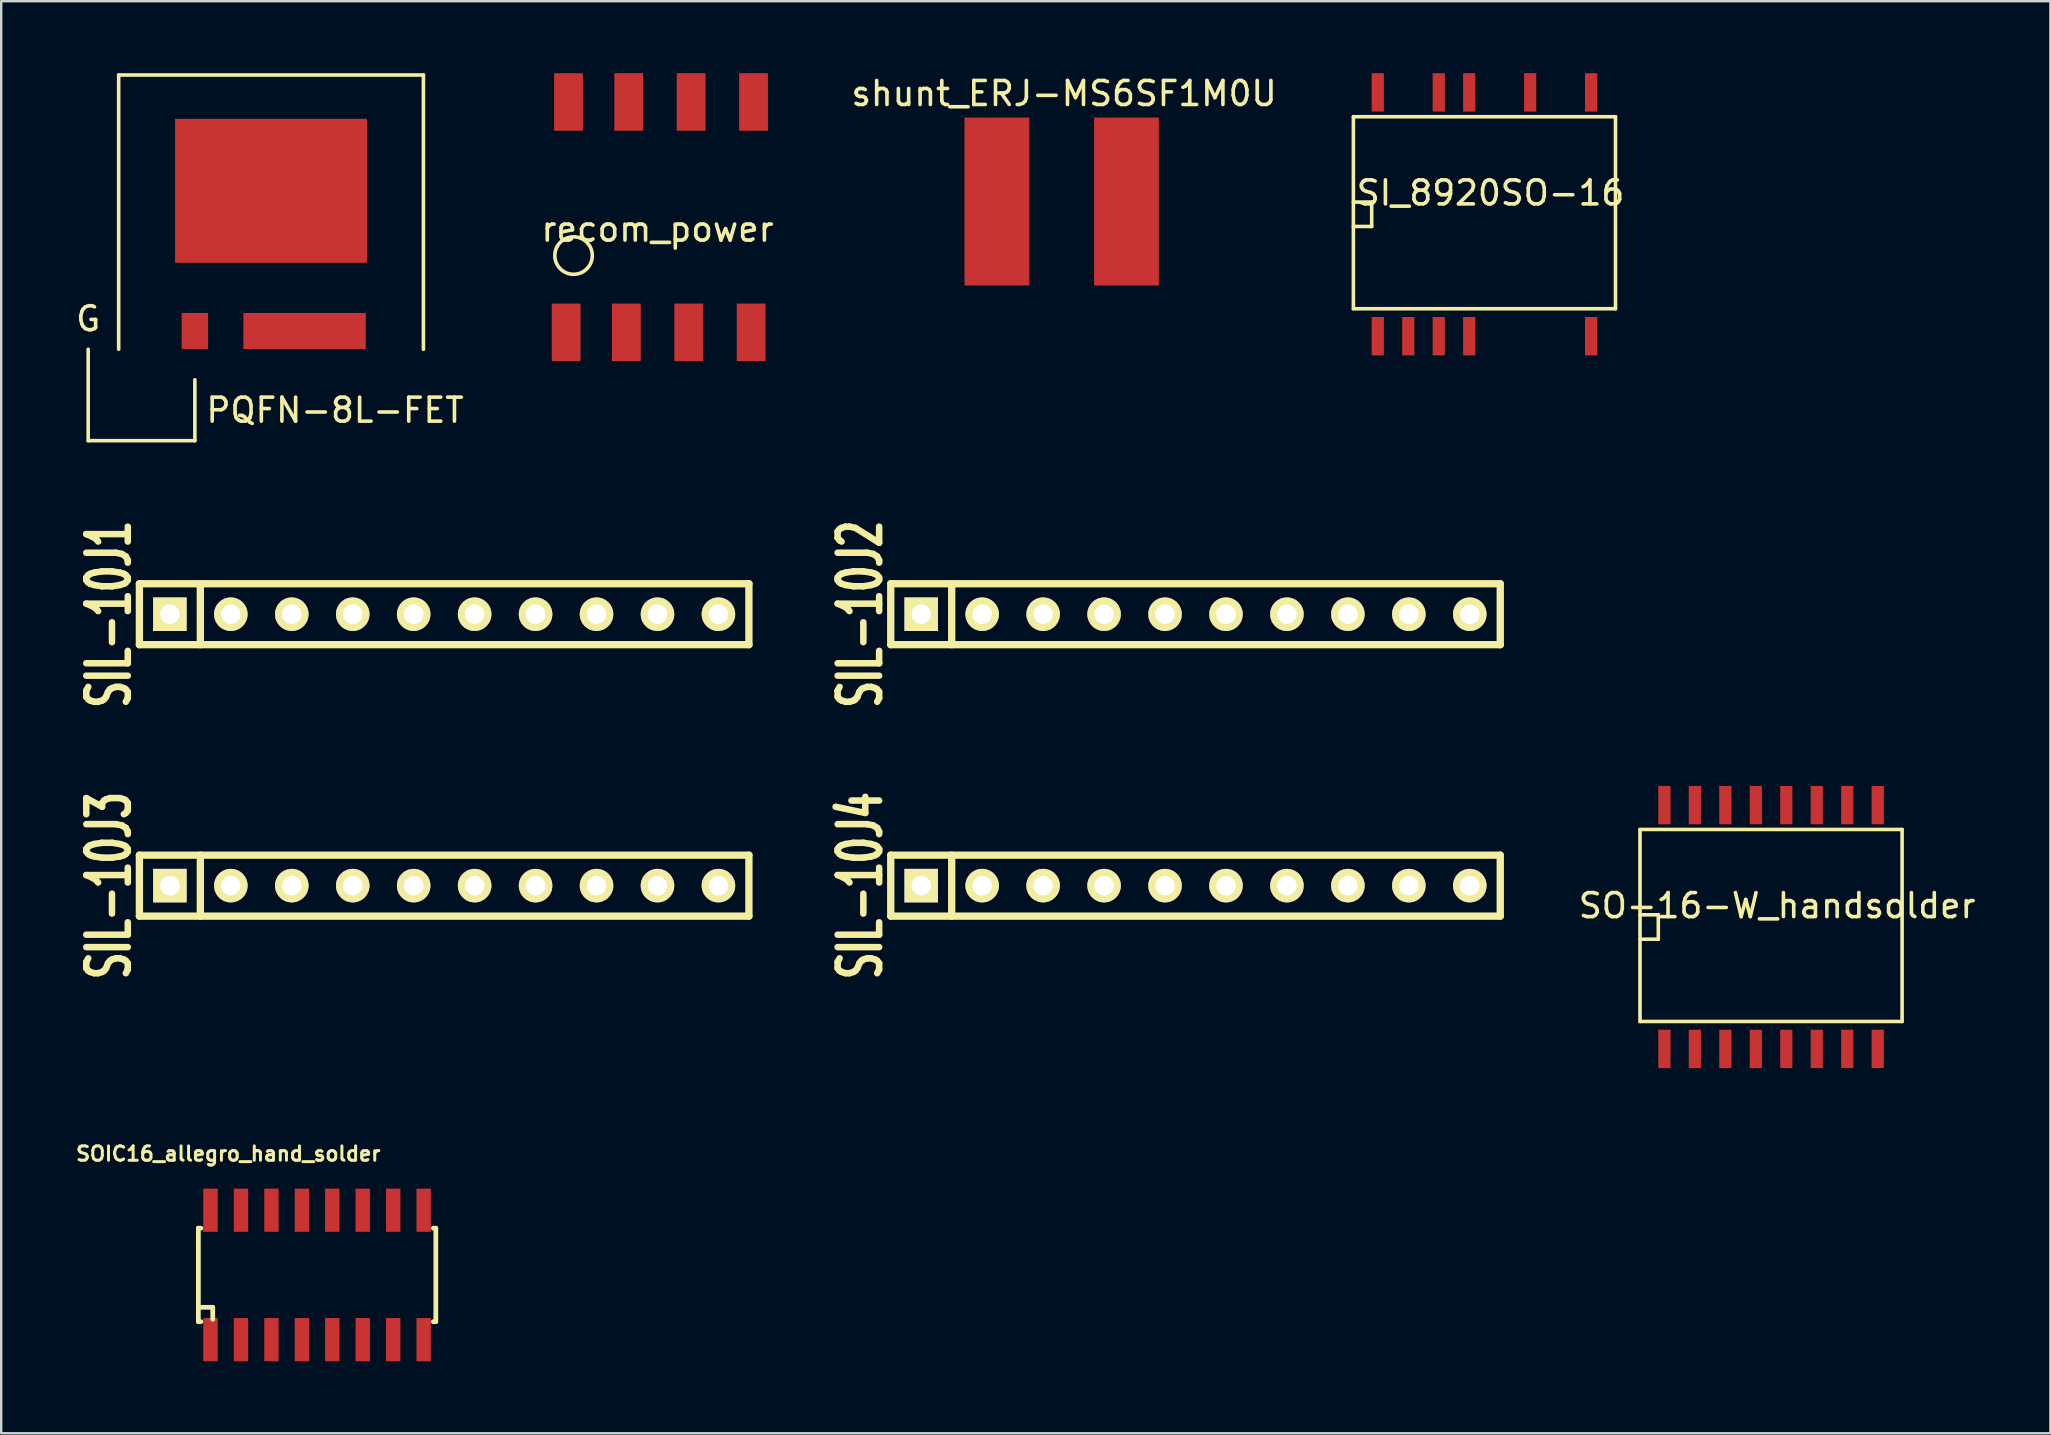
<source format=kicad_pcb>
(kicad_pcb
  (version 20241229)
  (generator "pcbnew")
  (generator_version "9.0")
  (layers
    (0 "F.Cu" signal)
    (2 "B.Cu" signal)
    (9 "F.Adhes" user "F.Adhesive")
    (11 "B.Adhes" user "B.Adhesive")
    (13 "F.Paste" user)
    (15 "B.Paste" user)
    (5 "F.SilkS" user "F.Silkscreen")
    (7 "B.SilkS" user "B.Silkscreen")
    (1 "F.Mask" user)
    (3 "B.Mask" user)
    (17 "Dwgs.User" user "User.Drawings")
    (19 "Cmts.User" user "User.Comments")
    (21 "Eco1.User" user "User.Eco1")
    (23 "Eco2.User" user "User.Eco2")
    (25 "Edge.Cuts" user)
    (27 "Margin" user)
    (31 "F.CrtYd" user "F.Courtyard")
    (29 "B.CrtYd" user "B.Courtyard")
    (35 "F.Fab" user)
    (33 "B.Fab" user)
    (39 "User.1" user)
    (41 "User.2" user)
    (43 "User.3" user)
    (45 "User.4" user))
  (footprint "PQFN-8L-FET"
    (layer "F.Cu")
    (at 8.245 6.425)
    (property "Reference" "PQFN-8L-FET" (at 2.667 7.62 0) (layer "F.SilkS") (effects (font (size 1 1) (thickness 0.15))))
    (attr through_hole)
    (fp_line (start -7.62 8.89) (end -7.62 5.08) (stroke (width 0.15) (type solid)) (layer "F.SilkS"))
    (fp_line (start -6.35 -6.35) (end 6.35 -6.35) (stroke (width 0.15) (type solid)) (layer "F.SilkS"))
    (fp_line (start -6.35 5.08) (end -6.35 -6.35) (stroke (width 0.15) (type solid)) (layer "F.SilkS"))
    (fp_line (start -3.175 6.35) (end -3.175 8.89) (stroke (width 0.15) (type solid)) (layer "F.SilkS"))
    (fp_line (start -3.175 8.89) (end -7.62 8.89) (stroke (width 0.15) (type solid)) (layer "F.SilkS"))
    (fp_line (start 6.35 -6.35) (end 6.35 5.08) (stroke (width 0.15) (type solid)) (layer "F.SilkS"))
    (fp_text user "G" (at -7.62 3.81 0) (layer "F.SilkS") (effects (font (size 1 1) (thickness 0.15))))
    (pad "1" smd rect (at 0 -1.524) (size 8 6) (layers "F.Cu" "F.Mask" "F.Paste"))
    (pad "2" smd rect (at 1.397 4.318) (size 5.1 1.5) (layers "F.Cu" "F.Mask" "F.Paste"))
    (pad "3" smd rect (at -3.175 4.318) (size 1.1 1.5) (layers "F.Cu" "F.Mask" "F.Paste")))
  (footprint "SIL-10J3"
    (layer "F.Cu")
    (at 15.459 33.857)
    (property "Reference" "SIL-10J3" (at -13.97 0 90) (layer "F.SilkS") (effects (font (size 1.73 1.087) (thickness 0.305))))
    (attr through_hole)
    (fp_line (start -12.7 -1.27) (end 12.7 -1.27) (stroke (width 0.305) (type solid)) (layer "F.SilkS"))
    (fp_line (start -12.7 1.27) (end -12.7 -1.27) (stroke (width 0.305) (type solid)) (layer "F.SilkS"))
    (fp_line (start -10.16 1.27) (end -10.16 -1.27) (stroke (width 0.305) (type solid)) (layer "F.SilkS"))
    (fp_line (start 12.7 -1.27) (end 12.7 1.27) (stroke (width 0.305) (type solid)) (layer "F.SilkS"))
    (fp_line (start 12.7 1.27) (end -12.7 1.27) (stroke (width 0.305) (type solid)) (layer "F.SilkS"))
    (pad "1" thru_hole rect (at -11.43 0) (size 1.397 1.397) (drill 0.813) (layers "*.Cu" "*.Mask" "F.SilkS"))
    (pad "2" thru_hole circle (at -8.89 0) (size 1.397 1.397) (drill 0.813) (layers "*.Cu" "*.Mask" "F.SilkS"))
    (pad "3" thru_hole circle (at -6.35 0) (size 1.397 1.397) (drill 0.813) (layers "*.Cu" "*.Mask" "F.SilkS"))
    (pad "4" thru_hole circle (at -3.81 0) (size 1.397 1.397) (drill 0.813) (layers "*.Cu" "*.Mask" "F.SilkS"))
    (pad "5" thru_hole circle (at -1.27 0) (size 1.397 1.397) (drill 0.813) (layers "*.Cu" "*.Mask" "F.SilkS"))
    (pad "6" thru_hole circle (at 1.27 0) (size 1.397 1.397) (drill 0.813) (layers "*.Cu" "*.Mask" "F.SilkS"))
    (pad "7" thru_hole circle (at 3.81 0) (size 1.397 1.397) (drill 0.813) (layers "*.Cu" "*.Mask" "F.SilkS"))
    (pad "8" thru_hole circle (at 6.35 0) (size 1.397 1.397) (drill 0.813) (layers "*.Cu" "*.Mask" "F.SilkS"))
    (pad "9" thru_hole circle (at 8.89 0) (size 1.397 1.397) (drill 0.813) (layers "*.Cu" "*.Mask" "F.SilkS"))
    (pad "10" thru_hole circle (at 11.43 0) (size 1.397 1.397) (drill 0.813) (layers "*.Cu" "*.Mask" "F.SilkS")))
  (footprint "recom_power"
    (layer "F.Cu")
    (at 24.352 6)
    (property "Reference" "recom_power" (at 0 0.5 0) (layer "F.SilkS") (effects (font (size 1 1) (thickness 0.15))))
    (attr through_hole)
    (fp_circle (center -3.5 1.6) (end -4 1) (stroke (width 0.15) (type solid)) (fill no) (layer "F.SilkS"))
    (pad "1" smd rect (at -3.81 4.8) (size 1.2 2.4) (layers "F.Cu" "F.Mask" "F.Paste"))
    (pad "2" smd rect (at -1.3 4.8) (size 1.2 2.4) (layers "F.Cu" "F.Mask" "F.Paste"))
    (pad "3" smd rect (at 1.3 4.8) (size 1.2 2.4) (layers "F.Cu" "F.Mask" "F.Paste"))
    (pad "4" smd rect (at 3.9 4.8) (size 1.2 2.4) (layers "F.Cu" "F.Mask" "F.Paste"))
    (pad "5" smd rect (at 4 -4.8) (size 1.2 2.4) (layers "F.Cu" "F.Mask" "F.Paste"))
    (pad "6" smd rect (at 1.4 -4.8) (size 1.2 2.4) (layers "F.Cu" "F.Mask" "F.Paste"))
    (pad "7" smd rect (at -1.2 -4.8) (size 1.2 2.4) (layers "F.Cu" "F.Mask" "F.Paste"))
    (pad "8" smd rect (at -3.71 -4.8) (size 1.2 2.4) (layers "F.Cu" "F.Mask" "F.Paste")))
  (footprint "SIL-10J1"
    (layer "F.Cu")
    (at 15.459 22.546)
    (property "Reference" "SIL-10J1" (at -13.97 0 90) (layer "F.SilkS") (effects (font (size 1.73 1.087) (thickness 0.272))))
    (attr through_hole)
    (fp_line (start -12.7 -1.27) (end 12.7 -1.27) (stroke (width 0.305) (type solid)) (layer "F.SilkS"))
    (fp_line (start -12.7 1.27) (end -12.7 -1.27) (stroke (width 0.305) (type solid)) (layer "F.SilkS"))
    (fp_line (start -10.16 1.27) (end -10.16 -1.27) (stroke (width 0.305) (type solid)) (layer "F.SilkS"))
    (fp_line (start 12.7 -1.27) (end 12.7 1.27) (stroke (width 0.305) (type solid)) (layer "F.SilkS"))
    (fp_line (start 12.7 1.27) (end -12.7 1.27) (stroke (width 0.305) (type solid)) (layer "F.SilkS"))
    (pad "1" thru_hole rect (at -11.43 0) (size 1.397 1.397) (drill 0.813) (layers "*.Cu" "*.Mask" "F.SilkS"))
    (pad "2" thru_hole circle (at -8.89 0) (size 1.397 1.397) (drill 0.813) (layers "*.Cu" "*.Mask" "F.SilkS"))
    (pad "3" thru_hole circle (at -6.35 0) (size 1.397 1.397) (drill 0.813) (layers "*.Cu" "*.Mask" "F.SilkS"))
    (pad "4" thru_hole circle (at -3.81 0) (size 1.397 1.397) (drill 0.813) (layers "*.Cu" "*.Mask" "F.SilkS"))
    (pad "5" thru_hole circle (at -1.27 0) (size 1.397 1.397) (drill 0.813) (layers "*.Cu" "*.Mask" "F.SilkS"))
    (pad "6" thru_hole circle (at 1.27 0) (size 1.397 1.397) (drill 0.813) (layers "*.Cu" "*.Mask" "F.SilkS"))
    (pad "7" thru_hole circle (at 3.81 0) (size 1.397 1.397) (drill 0.813) (layers "*.Cu" "*.Mask" "F.SilkS"))
    (pad "8" thru_hole circle (at 6.35 0) (size 1.397 1.397) (drill 0.813) (layers "*.Cu" "*.Mask" "F.SilkS"))
    (pad "9" thru_hole circle (at 8.89 0) (size 1.397 1.397) (drill 0.813) (layers "*.Cu" "*.Mask" "F.SilkS"))
    (pad "10" thru_hole circle (at 11.43 0) (size 1.397 1.397) (drill 0.813) (layers "*.Cu" "*.Mask" "F.SilkS")))
  (footprint "SO-16-W_handsolder"
    (layer "F.Cu")
    (at 70.755 35.581)
    (property "Reference" "SO-16-W_handsolder" (at 0.254 -0.889 0) (layer "F.SilkS") (effects (font (size 1 1) (thickness 0.15))))
    (attr smd)
    (fp_line (start -5.461 -4.064) (end 5.461 -4.064) (stroke (width 0.15) (type solid)) (layer "F.SilkS"))
    (fp_line (start -5.461 -0.508) (end -4.699 -0.508) (stroke (width 0.15) (type solid)) (layer "F.SilkS"))
    (fp_line (start -5.461 3.937) (end -5.461 -4.064) (stroke (width 0.15) (type solid)) (layer "F.SilkS"))
    (fp_line (start -4.699 -0.508) (end -4.699 0.508) (stroke (width 0.15) (type solid)) (layer "F.SilkS"))
    (fp_line (start -4.699 0.508) (end -5.461 0.508) (stroke (width 0.15) (type solid)) (layer "F.SilkS"))
    (fp_line (start 5.461 -4.064) (end 5.461 3.937) (stroke (width 0.15) (type solid)) (layer "F.SilkS"))
    (fp_line (start 5.461 3.937) (end -5.461 3.937) (stroke (width 0.15) (type solid)) (layer "F.SilkS"))
    (pad "1" smd rect (at -4.445 5.08) (size 0.508 1.6) (layers "F.Cu" "F.Mask" "F.Paste"))
    (pad "2" smd rect (at -3.175 5.08) (size 0.508 1.6) (layers "F.Cu" "F.Mask" "F.Paste"))
    (pad "3" smd rect (at -1.905 5.08) (size 0.508 1.6) (layers "F.Cu" "F.Mask" "F.Paste"))
    (pad "4" smd rect (at -0.635 5.08) (size 0.508 1.6) (layers "F.Cu" "F.Mask" "F.Paste"))
    (pad "5" smd rect (at 0.635 5.08) (size 0.508 1.6) (layers "F.Cu" "F.Mask" "F.Paste"))
    (pad "6" smd rect (at 1.905 5.08) (size 0.508 1.6) (layers "F.Cu" "F.Mask" "F.Paste"))
    (pad "7" smd rect (at 3.175 5.08) (size 0.508 1.6) (layers "F.Cu" "F.Mask" "F.Paste"))
    (pad "8" smd rect (at 4.445 5.08) (size 0.508 1.6) (layers "F.Cu" "F.Mask" "F.Paste"))
    (pad "9" smd rect (at 4.445 -5.08) (size 0.508 1.6) (layers "F.Cu" "F.Mask" "F.Paste"))
    (pad "10" smd rect (at 3.175 -5.08) (size 0.508 1.6) (layers "F.Cu" "F.Mask" "F.Paste"))
    (pad "11" smd rect (at 1.905 -5.08) (size 0.508 1.6) (layers "F.Cu" "F.Mask" "F.Paste"))
    (pad "12" smd rect (at 0.635 -5.08) (size 0.508 1.6) (layers "F.Cu" "F.Mask" "F.Paste"))
    (pad "13" smd rect (at -0.635 -5.08) (size 0.508 1.6) (layers "F.Cu" "F.Mask" "F.Paste"))
    (pad "14" smd rect (at -1.905 -5.08) (size 0.508 1.6) (layers "F.Cu" "F.Mask" "F.Paste"))
    (pad "15" smd rect (at -3.175 -5.08) (size 0.508 1.6) (layers "F.Cu" "F.Mask" "F.Paste"))
    (pad "16" smd rect (at -4.445 -5.08) (size 0.508 1.6) (layers "F.Cu" "F.Mask" "F.Paste")))
  (footprint "shunt_ERJ-MS6SF1M0U"
    (layer "F.Cu")
    (at 41.193 5.348)
    (property "Reference" "shunt_ERJ-MS6SF1M0U" (at 0.1 -4.5 0) (layer "F.SilkS") (effects (font (size 1 1) (thickness 0.15))))
    (attr through_hole)
    (pad "1" smd rect (at 2.7 0) (size 2.7 7) (layers "F.Cu" "F.Mask" "F.Paste"))
    (pad "2" smd rect (at -2.7 0) (size 2.7 7) (layers "F.Cu" "F.Mask" "F.Paste")))
  (footprint "SI_8920SO-16"
    (layer "F.Cu")
    (at 58.811 5.88)
    (property "Reference" "SI_8920SO-16" (at 0.254 -0.889 0) (layer "F.SilkS") (effects (font (size 1 1) (thickness 0.15))))
    (attr smd)
    (fp_line (start -5.461 -4.064) (end 5.461 -4.064) (stroke (width 0.15) (type solid)) (layer "F.SilkS"))
    (fp_line (start -5.461 -0.508) (end -4.699 -0.508) (stroke (width 0.15) (type solid)) (layer "F.SilkS"))
    (fp_line (start -5.461 3.937) (end -5.461 -4.064) (stroke (width 0.15) (type solid)) (layer "F.SilkS"))
    (fp_line (start -4.699 -0.508) (end -4.699 0.508) (stroke (width 0.15) (type solid)) (layer "F.SilkS"))
    (fp_line (start -4.699 0.508) (end -5.461 0.508) (stroke (width 0.15) (type solid)) (layer "F.SilkS"))
    (fp_line (start 5.461 -4.064) (end 5.461 3.937) (stroke (width 0.15) (type solid)) (layer "F.SilkS"))
    (fp_line (start 5.461 3.937) (end -5.461 3.937) (stroke (width 0.15) (type solid)) (layer "F.SilkS"))
    (pad "1" smd rect (at -4.445 5.08) (size 0.508 1.6) (layers "F.Cu" "F.Mask" "F.Paste"))
    (pad "2" smd rect (at -3.175 5.08) (size 0.508 1.6) (layers "F.Cu" "F.Mask" "F.Paste"))
    (pad "3" smd rect (at -1.905 5.08) (size 0.508 1.6) (layers "F.Cu" "F.Mask" "F.Paste"))
    (pad "4" smd rect (at -0.635 5.08) (size 0.508 1.6) (layers "F.Cu" "F.Mask" "F.Paste"))
    (pad "4" smd rect (at 4.445 5.08) (size 0.508 1.6) (layers "F.Cu" "F.Mask" "F.Paste"))
    (pad "5" smd rect (at -4.445 -5.08) (size 0.508 1.6) (layers "F.Cu" "F.Mask" "F.Paste"))
    (pad "5" smd rect (at 4.445 -5.08) (size 0.508 1.6) (layers "F.Cu" "F.Mask" "F.Paste"))
    (pad "6" smd rect (at 1.905 -5.08) (size 0.508 1.6) (layers "F.Cu" "F.Mask" "F.Paste"))
    (pad "7" smd rect (at -0.635 -5.08) (size 0.508 1.6) (layers "F.Cu" "F.Mask" "F.Paste"))
    (pad "8" smd rect (at -1.905 -5.08) (size 0.508 1.6) (layers "F.Cu" "F.Mask" "F.Paste")))
  (footprint "SOIC16_allegro_hand_solder"
    (layer "F.Cu")
    (at 10.164 50.08)
    (property "Reference" "SOIC16_allegro_hand_solder" (at -3.701 -5.05 0) (layer "F.SilkS") (effects (font (size 0.599 0.599) (thickness 0.124))))
    (attr through_hole)
    (fp_line (start -4.948 -1.948) (end -4.948 1.948) (stroke (width 0.198) (type solid)) (layer "F.SilkS"))
    (fp_line (start -4.948 -1.948) (end -4.844 -1.948) (stroke (width 0.198) (type solid)) (layer "F.SilkS"))
    (fp_line (start -4.948 1.349) (end -4.348 1.349) (stroke (width 0.198) (type solid)) (layer "F.SilkS"))
    (fp_line (start -4.948 1.948) (end -4.844 1.948) (stroke (width 0.198) (type solid)) (layer "F.SilkS"))
    (fp_line (start -4.348 1.349) (end -4.348 1.849) (stroke (width 0.198) (type solid)) (layer "F.SilkS"))
    (fp_line (start 4.844 -1.948) (end 4.948 -1.948) (stroke (width 0.198) (type solid)) (layer "F.SilkS"))
    (fp_line (start 4.844 1.948) (end 4.948 1.948) (stroke (width 0.198) (type solid)) (layer "F.SilkS"))
    (fp_line (start 4.948 -1.948) (end 4.948 1.948) (stroke (width 0.198) (type solid)) (layer "F.SilkS"))
    (pad "1" smd rect (at -4.442 2.697 180) (size 0.599 1.8) (layers "F.Cu" "F.Mask" "F.Paste"))
    (pad "2" smd rect (at -3.172 2.697 180) (size 0.599 1.8) (layers "F.Cu" "F.Mask" "F.Paste"))
    (pad "3" smd rect (at -1.902 2.697 180) (size 0.599 1.8) (layers "F.Cu" "F.Mask" "F.Paste"))
    (pad "4" smd rect (at -0.632 2.697 180) (size 0.599 1.8) (layers "F.Cu" "F.Mask" "F.Paste"))
    (pad "5" smd rect (at 0.632 2.697 180) (size 0.599 1.8) (layers "F.Cu" "F.Mask" "F.Paste"))
    (pad "6" smd rect (at 1.902 2.697 180) (size 0.599 1.8) (layers "F.Cu" "F.Mask" "F.Paste"))
    (pad "7" smd rect (at 3.172 2.697 180) (size 0.599 1.8) (layers "F.Cu" "F.Mask" "F.Paste"))
    (pad "8" smd rect (at 4.442 2.697 180) (size 0.599 1.8) (layers "F.Cu" "F.Mask" "F.Paste"))
    (pad "9" smd rect (at 4.442 -2.697) (size 0.599 1.8) (layers "F.Cu" "F.Mask" "F.Paste"))
    (pad "10" smd rect (at 3.172 -2.697) (size 0.599 1.8) (layers "F.Cu" "F.Mask" "F.Paste"))
    (pad "11" smd rect (at 1.902 -2.697) (size 0.599 1.8) (layers "F.Cu" "F.Mask" "F.Paste"))
    (pad "12" smd rect (at 0.632 -2.697) (size 0.599 1.8) (layers "F.Cu" "F.Mask" "F.Paste"))
    (pad "13" smd rect (at -0.632 -2.697) (size 0.599 1.8) (layers "F.Cu" "F.Mask" "F.Paste"))
    (pad "14" smd rect (at -1.902 -2.697) (size 0.599 1.8) (layers "F.Cu" "F.Mask" "F.Paste"))
    (pad "15" smd rect (at -3.172 -2.697) (size 0.599 1.8) (layers "F.Cu" "F.Mask" "F.Paste"))
    (pad "16" smd rect (at -4.442 -2.697) (size 0.599 1.8) (layers "F.Cu" "F.Mask" "F.Paste")))
  (footprint "SIL-10J4"
    (layer "F.Cu")
    (at 46.77 33.857)
    (property "Reference" "SIL-10J4" (at -13.97 0 90) (layer "F.SilkS") (effects (font (size 1.73 1.087) (thickness 0.272))))
    (attr through_hole)
    (fp_line (start -12.7 -1.27) (end 12.7 -1.27) (stroke (width 0.305) (type solid)) (layer "F.SilkS"))
    (fp_line (start -12.7 1.27) (end -12.7 -1.27) (stroke (width 0.305) (type solid)) (layer "F.SilkS"))
    (fp_line (start -10.16 1.27) (end -10.16 -1.27) (stroke (width 0.305) (type solid)) (layer "F.SilkS"))
    (fp_line (start 12.7 -1.27) (end 12.7 1.27) (stroke (width 0.305) (type solid)) (layer "F.SilkS"))
    (fp_line (start 12.7 1.27) (end -12.7 1.27) (stroke (width 0.305) (type solid)) (layer "F.SilkS"))
    (pad "1" thru_hole rect (at -11.43 0) (size 1.397 1.397) (drill 0.813) (layers "*.Cu" "*.Mask" "F.SilkS"))
    (pad "2" thru_hole circle (at -8.89 0) (size 1.397 1.397) (drill 0.813) (layers "*.Cu" "*.Mask" "F.SilkS"))
    (pad "3" thru_hole circle (at -6.35 0) (size 1.397 1.397) (drill 0.813) (layers "*.Cu" "*.Mask" "F.SilkS"))
    (pad "4" thru_hole circle (at -3.81 0) (size 1.397 1.397) (drill 0.813) (layers "*.Cu" "*.Mask" "F.SilkS"))
    (pad "5" thru_hole circle (at -1.27 0) (size 1.397 1.397) (drill 0.813) (layers "*.Cu" "*.Mask" "F.SilkS"))
    (pad "6" thru_hole circle (at 1.27 0) (size 1.397 1.397) (drill 0.813) (layers "*.Cu" "*.Mask" "F.SilkS"))
    (pad "7" thru_hole circle (at 3.81 0) (size 1.397 1.397) (drill 0.813) (layers "*.Cu" "*.Mask" "F.SilkS"))
    (pad "8" thru_hole circle (at 6.35 0) (size 1.397 1.397) (drill 0.813) (layers "*.Cu" "*.Mask" "F.SilkS"))
    (pad "9" thru_hole circle (at 8.89 0) (size 1.397 1.397) (drill 0.813) (layers "*.Cu" "*.Mask" "F.SilkS"))
    (pad "10" thru_hole circle (at 11.43 0) (size 1.397 1.397) (drill 0.813) (layers "*.Cu" "*.Mask" "F.SilkS")))
  (footprint "SIL-10J2"
    (layer "F.Cu")
    (at 46.77 22.546)
    (property "Reference" "SIL-10J2" (at -13.97 0 90) (layer "F.SilkS") (effects (font (size 1.73 1.087) (thickness 0.272))))
    (attr through_hole)
    (fp_line (start -12.7 -1.27) (end 12.7 -1.27) (stroke (width 0.305) (type solid)) (layer "F.SilkS"))
    (fp_line (start -12.7 1.27) (end -12.7 -1.27) (stroke (width 0.305) (type solid)) (layer "F.SilkS"))
    (fp_line (start -10.16 1.27) (end -10.16 -1.27) (stroke (width 0.305) (type solid)) (layer "F.SilkS"))
    (fp_line (start 12.7 -1.27) (end 12.7 1.27) (stroke (width 0.305) (type solid)) (layer "F.SilkS"))
    (fp_line (start 12.7 1.27) (end -12.7 1.27) (stroke (width 0.305) (type solid)) (layer "F.SilkS"))
    (pad "1" thru_hole rect (at -11.43 0) (size 1.397 1.397) (drill 0.813) (layers "*.Cu" "*.Mask" "F.SilkS"))
    (pad "2" thru_hole circle (at -8.89 0) (size 1.397 1.397) (drill 0.813) (layers "*.Cu" "*.Mask" "F.SilkS"))
    (pad "3" thru_hole circle (at -6.35 0) (size 1.397 1.397) (drill 0.813) (layers "*.Cu" "*.Mask" "F.SilkS"))
    (pad "4" thru_hole circle (at -3.81 0) (size 1.397 1.397) (drill 0.813) (layers "*.Cu" "*.Mask" "F.SilkS"))
    (pad "5" thru_hole circle (at -1.27 0) (size 1.397 1.397) (drill 0.813) (layers "*.Cu" "*.Mask" "F.SilkS"))
    (pad "6" thru_hole circle (at 1.27 0) (size 1.397 1.397) (drill 0.813) (layers "*.Cu" "*.Mask" "F.SilkS"))
    (pad "7" thru_hole circle (at 3.81 0) (size 1.397 1.397) (drill 0.813) (layers "*.Cu" "*.Mask" "F.SilkS"))
    (pad "8" thru_hole circle (at 6.35 0) (size 1.397 1.397) (drill 0.813) (layers "*.Cu" "*.Mask" "F.SilkS"))
    (pad "9" thru_hole circle (at 8.89 0) (size 1.397 1.397) (drill 0.813) (layers "*.Cu" "*.Mask" "F.SilkS"))
    (pad "10" thru_hole circle (at 11.43 0) (size 1.397 1.397) (drill 0.813) (layers "*.Cu" "*.Mask" "F.SilkS")))
  (gr_rect
    (start -3 -3)
    (end 82.396 56.677)
    (stroke (width 0.1) (type default))
    (fill no)
    (layer "Edge.Cuts")))
</source>
